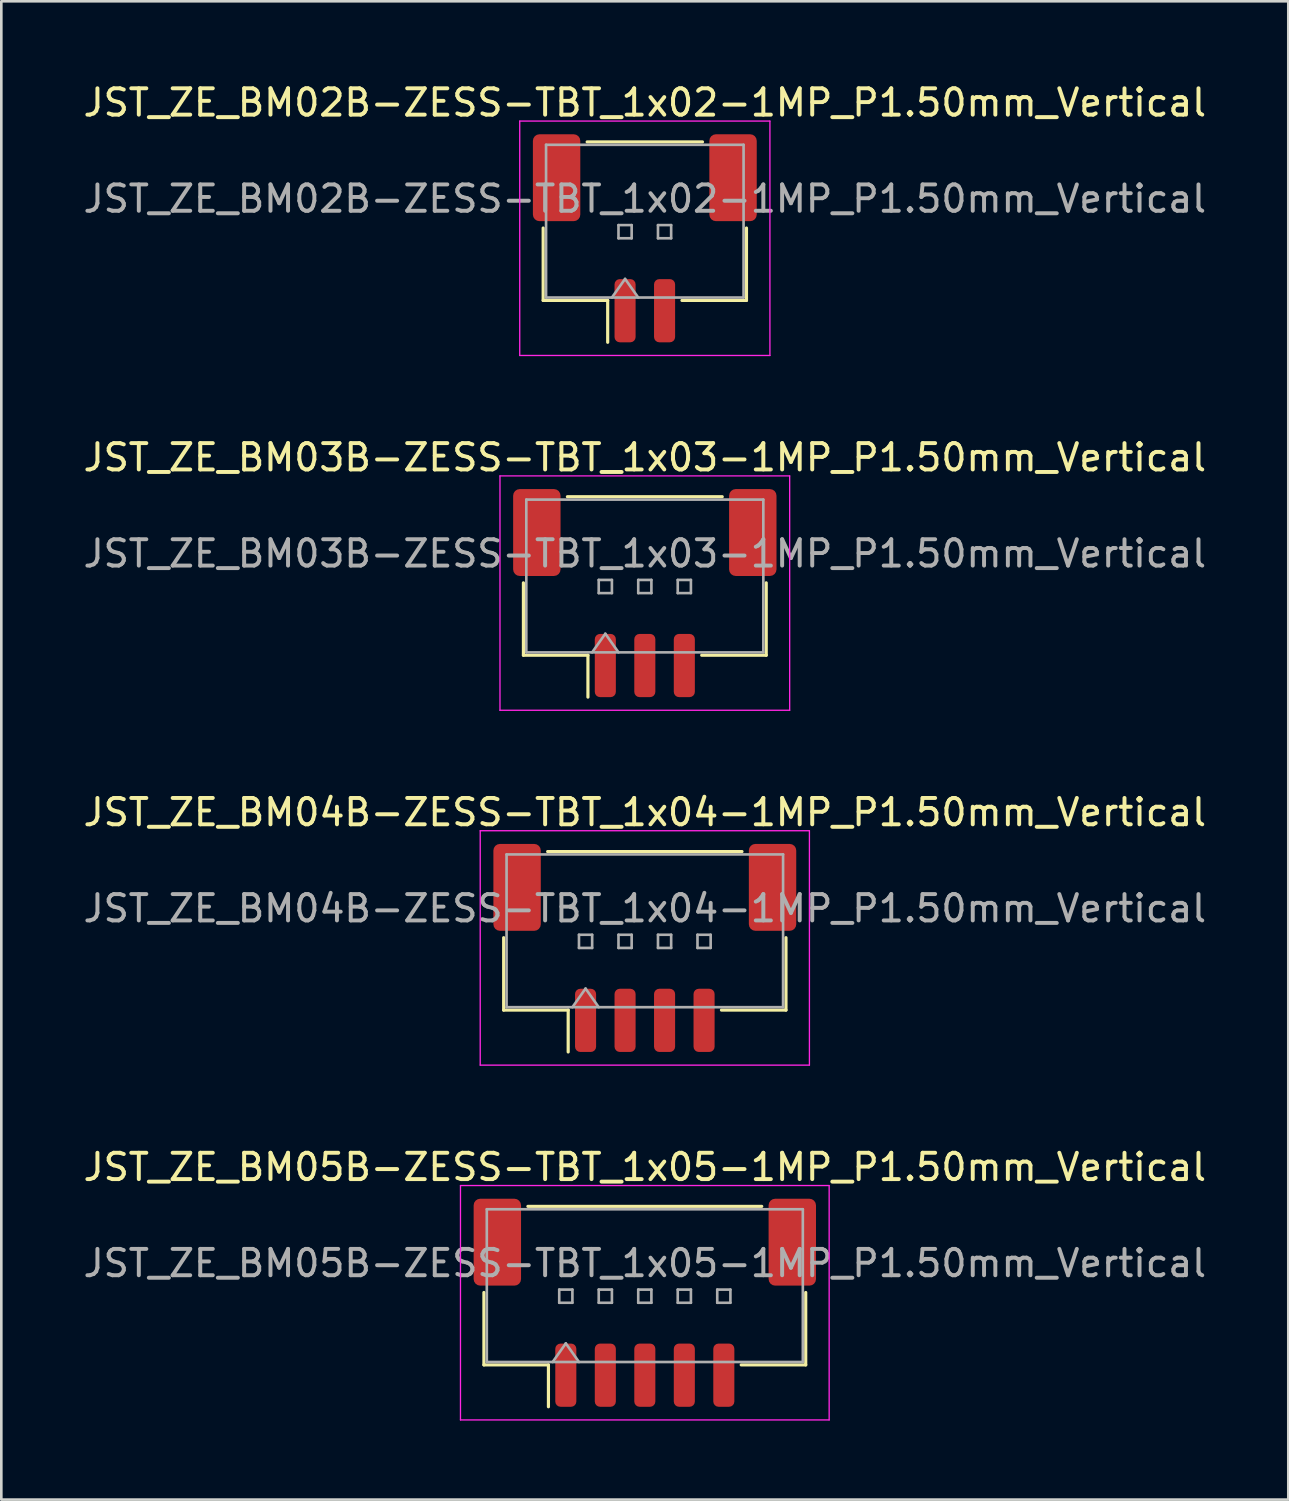
<source format=kicad_pcb>
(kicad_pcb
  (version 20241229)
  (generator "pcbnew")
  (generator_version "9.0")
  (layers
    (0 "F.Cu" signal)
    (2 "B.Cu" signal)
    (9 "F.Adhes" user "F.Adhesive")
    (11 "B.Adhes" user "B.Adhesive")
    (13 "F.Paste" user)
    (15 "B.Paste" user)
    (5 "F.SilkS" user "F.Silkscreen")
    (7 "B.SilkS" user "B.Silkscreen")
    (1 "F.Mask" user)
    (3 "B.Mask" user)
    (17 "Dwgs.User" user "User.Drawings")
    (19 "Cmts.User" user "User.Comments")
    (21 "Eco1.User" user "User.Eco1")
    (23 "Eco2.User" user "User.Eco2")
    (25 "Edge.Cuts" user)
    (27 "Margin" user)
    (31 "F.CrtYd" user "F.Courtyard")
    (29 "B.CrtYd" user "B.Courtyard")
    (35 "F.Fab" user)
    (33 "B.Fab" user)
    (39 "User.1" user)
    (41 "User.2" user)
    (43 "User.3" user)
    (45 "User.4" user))
  (footprint "JST_ZE_BM04B-ZESS-TBT_1x04-1MP_P1.50mm_Vertical"
    (layer "F.Cu")
    (at 21.435 32.945)
    (property "Reference" "JST_ZE_BM04B-ZESS-TBT_1x04-1MP_P1.50mm_Vertical" (at 0 -5.15 0) (layer "F.SilkS") (effects (font (size 1 1) (thickness 0.15))))
    (attr smd)
    (fp_line (start -5.36 -0.39) (end -5.36 2.36) (stroke (width 0.12) (type solid)) (layer "F.SilkS"))
    (fp_line (start -5.36 2.36) (end -2.91 2.36) (stroke (width 0.12) (type solid)) (layer "F.SilkS"))
    (fp_line (start -3.69 -3.66) (end 3.69 -3.66) (stroke (width 0.12) (type solid)) (layer "F.SilkS"))
    (fp_line (start -2.91 2.36) (end -2.91 3.95) (stroke (width 0.12) (type solid)) (layer "F.SilkS"))
    (fp_line (start 5.36 -0.39) (end 5.36 2.36) (stroke (width 0.12) (type solid)) (layer "F.SilkS"))
    (fp_line (start 5.36 2.36) (end 2.91 2.36) (stroke (width 0.12) (type solid)) (layer "F.SilkS"))
    (fp_line (start -6.25 -4.45) (end -6.25 4.45) (stroke (width 0.05) (type solid)) (layer "F.CrtYd"))
    (fp_line (start -6.25 4.45) (end 6.25 4.45) (stroke (width 0.05) (type solid)) (layer "F.CrtYd"))
    (fp_line (start 6.25 -4.45) (end -6.25 -4.45) (stroke (width 0.05) (type solid)) (layer "F.CrtYd"))
    (fp_line (start 6.25 4.45) (end 6.25 -4.45) (stroke (width 0.05) (type solid)) (layer "F.CrtYd"))
    (fp_line (start -5.25 -3.55) (end 5.25 -3.55) (stroke (width 0.1) (type solid)) (layer "F.Fab"))
    (fp_line (start -5.25 2.25) (end -5.25 -3.55) (stroke (width 0.1) (type solid)) (layer "F.Fab"))
    (fp_line (start -5.25 2.25) (end 5.25 2.25) (stroke (width 0.1) (type solid)) (layer "F.Fab"))
    (fp_line (start -2.75 2.25) (end -2.25 1.543) (stroke (width 0.1) (type solid)) (layer "F.Fab"))
    (fp_line (start -2.5 -0.5) (end -2.5 0) (stroke (width 0.1) (type solid)) (layer "F.Fab"))
    (fp_line (start -2.5 0) (end -2 0) (stroke (width 0.1) (type solid)) (layer "F.Fab"))
    (fp_line (start -2.25 1.543) (end -1.75 2.25) (stroke (width 0.1) (type solid)) (layer "F.Fab"))
    (fp_line (start -2 -0.5) (end -2.5 -0.5) (stroke (width 0.1) (type solid)) (layer "F.Fab"))
    (fp_line (start -2 0) (end -2 -0.5) (stroke (width 0.1) (type solid)) (layer "F.Fab"))
    (fp_line (start -1 -0.5) (end -1 0) (stroke (width 0.1) (type solid)) (layer "F.Fab"))
    (fp_line (start -1 0) (end -0.5 0) (stroke (width 0.1) (type solid)) (layer "F.Fab"))
    (fp_line (start -0.5 -0.5) (end -1 -0.5) (stroke (width 0.1) (type solid)) (layer "F.Fab"))
    (fp_line (start -0.5 0) (end -0.5 -0.5) (stroke (width 0.1) (type solid)) (layer "F.Fab"))
    (fp_line (start 0.5 -0.5) (end 0.5 0) (stroke (width 0.1) (type solid)) (layer "F.Fab"))
    (fp_line (start 0.5 0) (end 1 0) (stroke (width 0.1) (type solid)) (layer "F.Fab"))
    (fp_line (start 1 -0.5) (end 0.5 -0.5) (stroke (width 0.1) (type solid)) (layer "F.Fab"))
    (fp_line (start 1 0) (end 1 -0.5) (stroke (width 0.1) (type solid)) (layer "F.Fab"))
    (fp_line (start 2 -0.5) (end 2 0) (stroke (width 0.1) (type solid)) (layer "F.Fab"))
    (fp_line (start 2 0) (end 2.5 0) (stroke (width 0.1) (type solid)) (layer "F.Fab"))
    (fp_line (start 2.5 -0.5) (end 2 -0.5) (stroke (width 0.1) (type solid)) (layer "F.Fab"))
    (fp_line (start 2.5 0) (end 2.5 -0.5) (stroke (width 0.1) (type solid)) (layer "F.Fab"))
    (fp_line (start 5.25 2.25) (end 5.25 -3.55) (stroke (width 0.1) (type solid)) (layer "F.Fab"))
    (fp_text user "${REFERENCE}" (at 0 -1.5 0) (layer "F.Fab") (effects (font (size 1 1) (thickness 0.15))))
    (pad "1" smd roundrect (at -2.25 2.75) (size 0.8 2.4) (layers "F.Cu" "F.Mask" "F.Paste") (roundrect_rratio 0.25))
    (pad "2" smd roundrect (at -0.75 2.75) (size 0.8 2.4) (layers "F.Cu" "F.Mask" "F.Paste") (roundrect_rratio 0.25))
    (pad "3" smd roundrect (at 0.75 2.75) (size 0.8 2.4) (layers "F.Cu" "F.Mask" "F.Paste") (roundrect_rratio 0.25))
    (pad "4" smd roundrect (at 2.25 2.75) (size 0.8 2.4) (layers "F.Cu" "F.Mask" "F.Paste") (roundrect_rratio 0.25))
    (pad "MP" smd roundrect (at -4.85 -2.3) (size 1.8 3.3) (layers "F.Cu" "F.Mask" "F.Paste") (roundrect_rratio 0.139))
    (pad "MP" smd roundrect (at 4.85 -2.3) (size 1.8 3.3) (layers "F.Cu" "F.Mask" "F.Paste") (roundrect_rratio 0.139)))
  (footprint "JST_ZE_BM03B-ZESS-TBT_1x03-1MP_P1.50mm_Vertical"
    (layer "F.Cu")
    (at 21.435 19.471)
    (property "Reference" "JST_ZE_BM03B-ZESS-TBT_1x03-1MP_P1.50mm_Vertical" (at 0 -5.15 0) (layer "F.SilkS") (effects (font (size 1 1) (thickness 0.15))))
    (attr smd)
    (fp_line (start -4.61 -0.39) (end -4.61 2.36) (stroke (width 0.12) (type solid)) (layer "F.SilkS"))
    (fp_line (start -4.61 2.36) (end -2.16 2.36) (stroke (width 0.12) (type solid)) (layer "F.SilkS"))
    (fp_line (start -2.94 -3.66) (end 2.94 -3.66) (stroke (width 0.12) (type solid)) (layer "F.SilkS"))
    (fp_line (start -2.16 2.36) (end -2.16 3.95) (stroke (width 0.12) (type solid)) (layer "F.SilkS"))
    (fp_line (start 4.61 -0.39) (end 4.61 2.36) (stroke (width 0.12) (type solid)) (layer "F.SilkS"))
    (fp_line (start 4.61 2.36) (end 2.16 2.36) (stroke (width 0.12) (type solid)) (layer "F.SilkS"))
    (fp_line (start -5.5 -4.45) (end -5.5 4.45) (stroke (width 0.05) (type solid)) (layer "F.CrtYd"))
    (fp_line (start -5.5 4.45) (end 5.5 4.45) (stroke (width 0.05) (type solid)) (layer "F.CrtYd"))
    (fp_line (start 5.5 -4.45) (end -5.5 -4.45) (stroke (width 0.05) (type solid)) (layer "F.CrtYd"))
    (fp_line (start 5.5 4.45) (end 5.5 -4.45) (stroke (width 0.05) (type solid)) (layer "F.CrtYd"))
    (fp_line (start -4.5 -3.55) (end 4.5 -3.55) (stroke (width 0.1) (type solid)) (layer "F.Fab"))
    (fp_line (start -4.5 2.25) (end -4.5 -3.55) (stroke (width 0.1) (type solid)) (layer "F.Fab"))
    (fp_line (start -4.5 2.25) (end 4.5 2.25) (stroke (width 0.1) (type solid)) (layer "F.Fab"))
    (fp_line (start -2 2.25) (end -1.5 1.543) (stroke (width 0.1) (type solid)) (layer "F.Fab"))
    (fp_line (start -1.75 -0.5) (end -1.75 0) (stroke (width 0.1) (type solid)) (layer "F.Fab"))
    (fp_line (start -1.75 0) (end -1.25 0) (stroke (width 0.1) (type solid)) (layer "F.Fab"))
    (fp_line (start -1.5 1.543) (end -1 2.25) (stroke (width 0.1) (type solid)) (layer "F.Fab"))
    (fp_line (start -1.25 -0.5) (end -1.75 -0.5) (stroke (width 0.1) (type solid)) (layer "F.Fab"))
    (fp_line (start -1.25 0) (end -1.25 -0.5) (stroke (width 0.1) (type solid)) (layer "F.Fab"))
    (fp_line (start -0.25 -0.5) (end -0.25 0) (stroke (width 0.1) (type solid)) (layer "F.Fab"))
    (fp_line (start -0.25 0) (end 0.25 0) (stroke (width 0.1) (type solid)) (layer "F.Fab"))
    (fp_line (start 0.25 -0.5) (end -0.25 -0.5) (stroke (width 0.1) (type solid)) (layer "F.Fab"))
    (fp_line (start 0.25 0) (end 0.25 -0.5) (stroke (width 0.1) (type solid)) (layer "F.Fab"))
    (fp_line (start 1.25 -0.5) (end 1.25 0) (stroke (width 0.1) (type solid)) (layer "F.Fab"))
    (fp_line (start 1.25 0) (end 1.75 0) (stroke (width 0.1) (type solid)) (layer "F.Fab"))
    (fp_line (start 1.75 -0.5) (end 1.25 -0.5) (stroke (width 0.1) (type solid)) (layer "F.Fab"))
    (fp_line (start 1.75 0) (end 1.75 -0.5) (stroke (width 0.1) (type solid)) (layer "F.Fab"))
    (fp_line (start 4.5 2.25) (end 4.5 -3.55) (stroke (width 0.1) (type solid)) (layer "F.Fab"))
    (fp_text user "${REFERENCE}" (at 0 -1.5 0) (layer "F.Fab") (effects (font (size 1 1) (thickness 0.15))))
    (pad "1" smd roundrect (at -1.5 2.75) (size 0.8 2.4) (layers "F.Cu" "F.Mask" "F.Paste") (roundrect_rratio 0.25))
    (pad "2" smd roundrect (at 0 2.75) (size 0.8 2.4) (layers "F.Cu" "F.Mask" "F.Paste") (roundrect_rratio 0.25))
    (pad "3" smd roundrect (at 1.5 2.75) (size 0.8 2.4) (layers "F.Cu" "F.Mask" "F.Paste") (roundrect_rratio 0.25))
    (pad "MP" smd roundrect (at -4.1 -2.3) (size 1.8 3.3) (layers "F.Cu" "F.Mask" "F.Paste") (roundrect_rratio 0.139))
    (pad "MP" smd roundrect (at 4.1 -2.3) (size 1.8 3.3) (layers "F.Cu" "F.Mask" "F.Paste") (roundrect_rratio 0.139)))
  (footprint "JST_ZE_BM05B-ZESS-TBT_1x05-1MP_P1.50mm_Vertical"
    (layer "F.Cu")
    (at 21.435 46.418)
    (property "Reference" "JST_ZE_BM05B-ZESS-TBT_1x05-1MP_P1.50mm_Vertical" (at 0 -5.15 0) (layer "F.SilkS") (effects (font (size 1 1) (thickness 0.15))))
    (attr smd)
    (fp_line (start -6.11 -0.39) (end -6.11 2.36) (stroke (width 0.12) (type solid)) (layer "F.SilkS"))
    (fp_line (start -6.11 2.36) (end -3.66 2.36) (stroke (width 0.12) (type solid)) (layer "F.SilkS"))
    (fp_line (start -4.44 -3.66) (end 4.44 -3.66) (stroke (width 0.12) (type solid)) (layer "F.SilkS"))
    (fp_line (start -3.66 2.36) (end -3.66 3.95) (stroke (width 0.12) (type solid)) (layer "F.SilkS"))
    (fp_line (start 6.11 -0.39) (end 6.11 2.36) (stroke (width 0.12) (type solid)) (layer "F.SilkS"))
    (fp_line (start 6.11 2.36) (end 3.66 2.36) (stroke (width 0.12) (type solid)) (layer "F.SilkS"))
    (fp_line (start -7 -4.45) (end -7 4.45) (stroke (width 0.05) (type solid)) (layer "F.CrtYd"))
    (fp_line (start -7 4.45) (end 7 4.45) (stroke (width 0.05) (type solid)) (layer "F.CrtYd"))
    (fp_line (start 7 -4.45) (end -7 -4.45) (stroke (width 0.05) (type solid)) (layer "F.CrtYd"))
    (fp_line (start 7 4.45) (end 7 -4.45) (stroke (width 0.05) (type solid)) (layer "F.CrtYd"))
    (fp_line (start -6 -3.55) (end 6 -3.55) (stroke (width 0.1) (type solid)) (layer "F.Fab"))
    (fp_line (start -6 2.25) (end -6 -3.55) (stroke (width 0.1) (type solid)) (layer "F.Fab"))
    (fp_line (start -6 2.25) (end 6 2.25) (stroke (width 0.1) (type solid)) (layer "F.Fab"))
    (fp_line (start -3.5 2.25) (end -3 1.543) (stroke (width 0.1) (type solid)) (layer "F.Fab"))
    (fp_line (start -3.25 -0.5) (end -3.25 0) (stroke (width 0.1) (type solid)) (layer "F.Fab"))
    (fp_line (start -3.25 0) (end -2.75 0) (stroke (width 0.1) (type solid)) (layer "F.Fab"))
    (fp_line (start -3 1.543) (end -2.5 2.25) (stroke (width 0.1) (type solid)) (layer "F.Fab"))
    (fp_line (start -2.75 -0.5) (end -3.25 -0.5) (stroke (width 0.1) (type solid)) (layer "F.Fab"))
    (fp_line (start -2.75 0) (end -2.75 -0.5) (stroke (width 0.1) (type solid)) (layer "F.Fab"))
    (fp_line (start -1.75 -0.5) (end -1.75 0) (stroke (width 0.1) (type solid)) (layer "F.Fab"))
    (fp_line (start -1.75 0) (end -1.25 0) (stroke (width 0.1) (type solid)) (layer "F.Fab"))
    (fp_line (start -1.25 -0.5) (end -1.75 -0.5) (stroke (width 0.1) (type solid)) (layer "F.Fab"))
    (fp_line (start -1.25 0) (end -1.25 -0.5) (stroke (width 0.1) (type solid)) (layer "F.Fab"))
    (fp_line (start -0.25 -0.5) (end -0.25 0) (stroke (width 0.1) (type solid)) (layer "F.Fab"))
    (fp_line (start -0.25 0) (end 0.25 0) (stroke (width 0.1) (type solid)) (layer "F.Fab"))
    (fp_line (start 0.25 -0.5) (end -0.25 -0.5) (stroke (width 0.1) (type solid)) (layer "F.Fab"))
    (fp_line (start 0.25 0) (end 0.25 -0.5) (stroke (width 0.1) (type solid)) (layer "F.Fab"))
    (fp_line (start 1.25 -0.5) (end 1.25 0) (stroke (width 0.1) (type solid)) (layer "F.Fab"))
    (fp_line (start 1.25 0) (end 1.75 0) (stroke (width 0.1) (type solid)) (layer "F.Fab"))
    (fp_line (start 1.75 -0.5) (end 1.25 -0.5) (stroke (width 0.1) (type solid)) (layer "F.Fab"))
    (fp_line (start 1.75 0) (end 1.75 -0.5) (stroke (width 0.1) (type solid)) (layer "F.Fab"))
    (fp_line (start 2.75 -0.5) (end 2.75 0) (stroke (width 0.1) (type solid)) (layer "F.Fab"))
    (fp_line (start 2.75 0) (end 3.25 0) (stroke (width 0.1) (type solid)) (layer "F.Fab"))
    (fp_line (start 3.25 -0.5) (end 2.75 -0.5) (stroke (width 0.1) (type solid)) (layer "F.Fab"))
    (fp_line (start 3.25 0) (end 3.25 -0.5) (stroke (width 0.1) (type solid)) (layer "F.Fab"))
    (fp_line (start 6 2.25) (end 6 -3.55) (stroke (width 0.1) (type solid)) (layer "F.Fab"))
    (fp_text user "${REFERENCE}" (at 0 -1.5 0) (layer "F.Fab") (effects (font (size 1 1) (thickness 0.15))))
    (pad "1" smd roundrect (at -3 2.75) (size 0.8 2.4) (layers "F.Cu" "F.Mask" "F.Paste") (roundrect_rratio 0.25))
    (pad "2" smd roundrect (at -1.5 2.75) (size 0.8 2.4) (layers "F.Cu" "F.Mask" "F.Paste") (roundrect_rratio 0.25))
    (pad "3" smd roundrect (at 0 2.75) (size 0.8 2.4) (layers "F.Cu" "F.Mask" "F.Paste") (roundrect_rratio 0.25))
    (pad "4" smd roundrect (at 1.5 2.75) (size 0.8 2.4) (layers "F.Cu" "F.Mask" "F.Paste") (roundrect_rratio 0.25))
    (pad "5" smd roundrect (at 3 2.75) (size 0.8 2.4) (layers "F.Cu" "F.Mask" "F.Paste") (roundrect_rratio 0.25))
    (pad "MP" smd roundrect (at -5.6 -2.3) (size 1.8 3.3) (layers "F.Cu" "F.Mask" "F.Paste") (roundrect_rratio 0.139))
    (pad "MP" smd roundrect (at 5.6 -2.3) (size 1.8 3.3) (layers "F.Cu" "F.Mask" "F.Paste") (roundrect_rratio 0.139)))
  (footprint "JST_ZE_BM02B-ZESS-TBT_1x02-1MP_P1.50mm_Vertical"
    (layer "F.Cu")
    (at 21.435 5.998)
    (property "Reference" "JST_ZE_BM02B-ZESS-TBT_1x02-1MP_P1.50mm_Vertical" (at 0 -5.15 0) (layer "F.SilkS") (effects (font (size 1 1) (thickness 0.15))))
    (attr smd)
    (fp_line (start -3.86 -0.39) (end -3.86 2.36) (stroke (width 0.12) (type solid)) (layer "F.SilkS"))
    (fp_line (start -3.86 2.36) (end -1.41 2.36) (stroke (width 0.12) (type solid)) (layer "F.SilkS"))
    (fp_line (start -2.19 -3.66) (end 2.19 -3.66) (stroke (width 0.12) (type solid)) (layer "F.SilkS"))
    (fp_line (start -1.41 2.36) (end -1.41 3.95) (stroke (width 0.12) (type solid)) (layer "F.SilkS"))
    (fp_line (start 3.86 -0.39) (end 3.86 2.36) (stroke (width 0.12) (type solid)) (layer "F.SilkS"))
    (fp_line (start 3.86 2.36) (end 1.41 2.36) (stroke (width 0.12) (type solid)) (layer "F.SilkS"))
    (fp_line (start -4.75 -4.45) (end -4.75 4.45) (stroke (width 0.05) (type solid)) (layer "F.CrtYd"))
    (fp_line (start -4.75 4.45) (end 4.75 4.45) (stroke (width 0.05) (type solid)) (layer "F.CrtYd"))
    (fp_line (start 4.75 -4.45) (end -4.75 -4.45) (stroke (width 0.05) (type solid)) (layer "F.CrtYd"))
    (fp_line (start 4.75 4.45) (end 4.75 -4.45) (stroke (width 0.05) (type solid)) (layer "F.CrtYd"))
    (fp_line (start -3.75 -3.55) (end 3.75 -3.55) (stroke (width 0.1) (type solid)) (layer "F.Fab"))
    (fp_line (start -3.75 2.25) (end -3.75 -3.55) (stroke (width 0.1) (type solid)) (layer "F.Fab"))
    (fp_line (start -3.75 2.25) (end 3.75 2.25) (stroke (width 0.1) (type solid)) (layer "F.Fab"))
    (fp_line (start -1.25 2.25) (end -0.75 1.543) (stroke (width 0.1) (type solid)) (layer "F.Fab"))
    (fp_line (start -1 -0.5) (end -1 0) (stroke (width 0.1) (type solid)) (layer "F.Fab"))
    (fp_line (start -1 0) (end -0.5 0) (stroke (width 0.1) (type solid)) (layer "F.Fab"))
    (fp_line (start -0.75 1.543) (end -0.25 2.25) (stroke (width 0.1) (type solid)) (layer "F.Fab"))
    (fp_line (start -0.5 -0.5) (end -1 -0.5) (stroke (width 0.1) (type solid)) (layer "F.Fab"))
    (fp_line (start -0.5 0) (end -0.5 -0.5) (stroke (width 0.1) (type solid)) (layer "F.Fab"))
    (fp_line (start 0.5 -0.5) (end 0.5 0) (stroke (width 0.1) (type solid)) (layer "F.Fab"))
    (fp_line (start 0.5 0) (end 1 0) (stroke (width 0.1) (type solid)) (layer "F.Fab"))
    (fp_line (start 1 -0.5) (end 0.5 -0.5) (stroke (width 0.1) (type solid)) (layer "F.Fab"))
    (fp_line (start 1 0) (end 1 -0.5) (stroke (width 0.1) (type solid)) (layer "F.Fab"))
    (fp_line (start 3.75 2.25) (end 3.75 -3.55) (stroke (width 0.1) (type solid)) (layer "F.Fab"))
    (fp_text user "${REFERENCE}" (at 0 -1.5 0) (layer "F.Fab") (effects (font (size 1 1) (thickness 0.15))))
    (pad "1" smd roundrect (at -0.75 2.75) (size 0.8 2.4) (layers "F.Cu" "F.Mask" "F.Paste") (roundrect_rratio 0.25))
    (pad "2" smd roundrect (at 0.75 2.75) (size 0.8 2.4) (layers "F.Cu" "F.Mask" "F.Paste") (roundrect_rratio 0.25))
    (pad "MP" smd roundrect (at -3.35 -2.3) (size 1.8 3.3) (layers "F.Cu" "F.Mask" "F.Paste") (roundrect_rratio 0.139))
    (pad "MP" smd roundrect (at 3.35 -2.3) (size 1.8 3.3) (layers "F.Cu" "F.Mask" "F.Paste") (roundrect_rratio 0.139)))
  (gr_rect
    (start -3 -3)
    (end 45.869 53.893)
    (stroke (width 0.1) (type default))
    (fill no)
    (layer "Edge.Cuts")))
</source>
